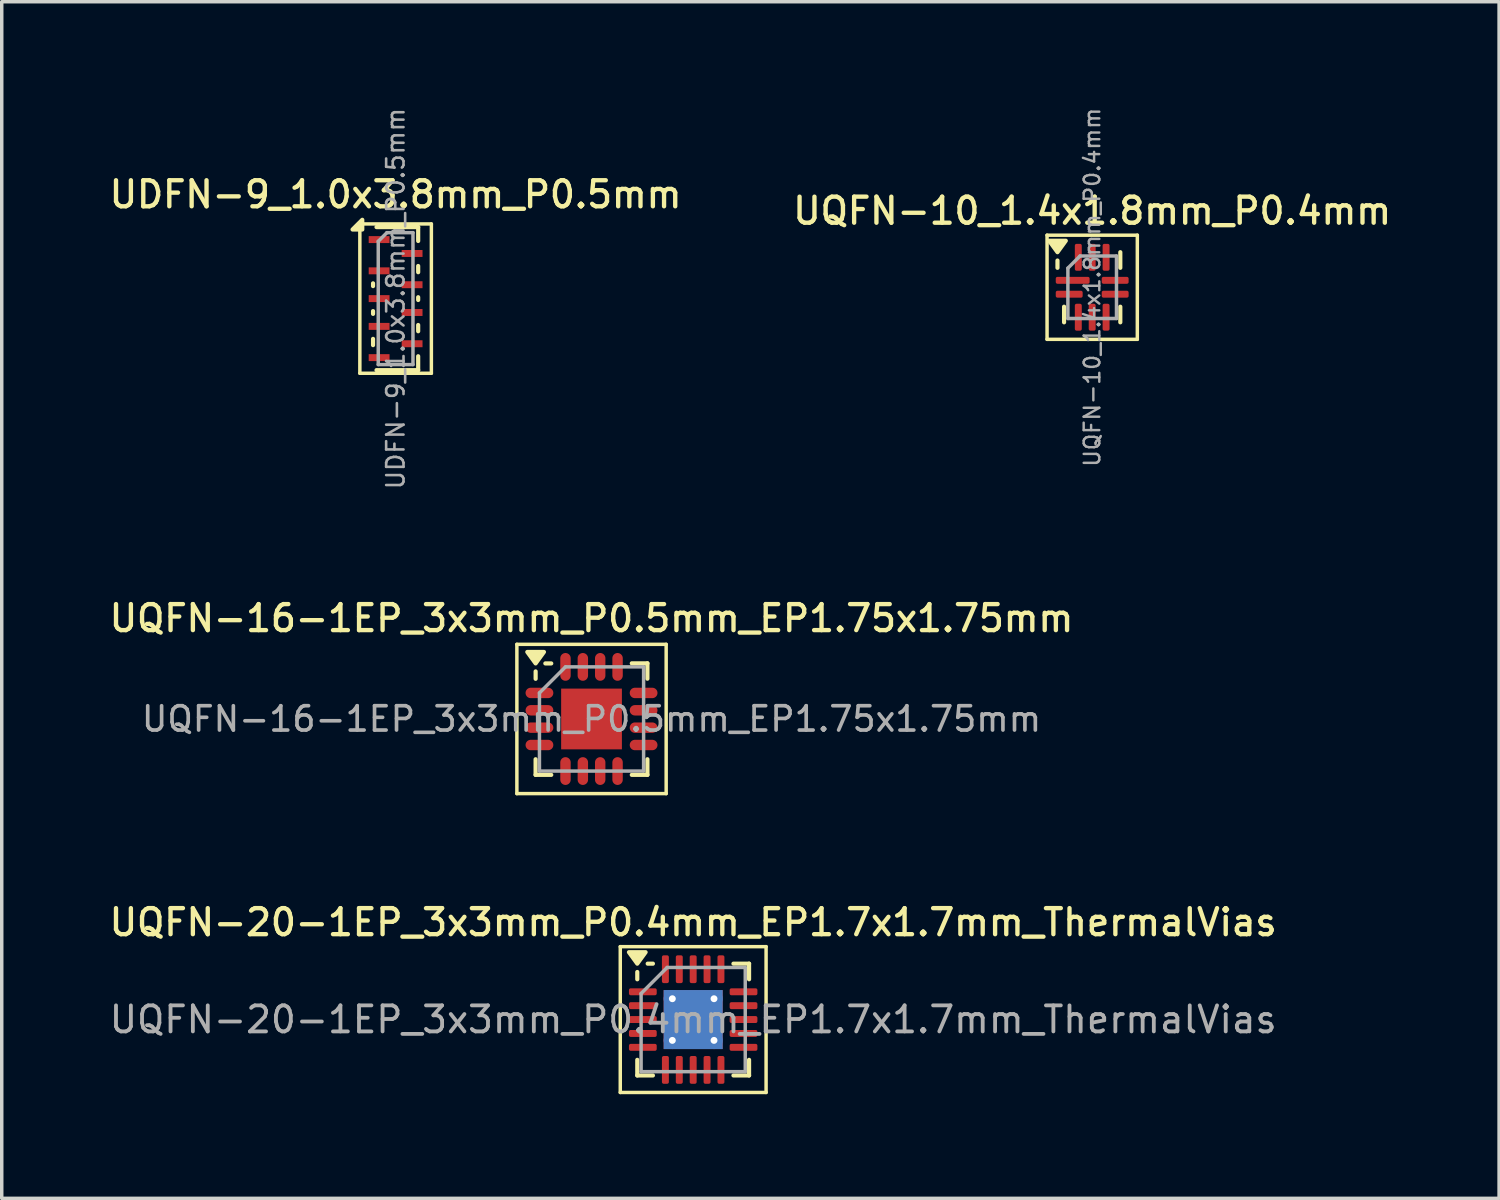
<source format=kicad_pcb>
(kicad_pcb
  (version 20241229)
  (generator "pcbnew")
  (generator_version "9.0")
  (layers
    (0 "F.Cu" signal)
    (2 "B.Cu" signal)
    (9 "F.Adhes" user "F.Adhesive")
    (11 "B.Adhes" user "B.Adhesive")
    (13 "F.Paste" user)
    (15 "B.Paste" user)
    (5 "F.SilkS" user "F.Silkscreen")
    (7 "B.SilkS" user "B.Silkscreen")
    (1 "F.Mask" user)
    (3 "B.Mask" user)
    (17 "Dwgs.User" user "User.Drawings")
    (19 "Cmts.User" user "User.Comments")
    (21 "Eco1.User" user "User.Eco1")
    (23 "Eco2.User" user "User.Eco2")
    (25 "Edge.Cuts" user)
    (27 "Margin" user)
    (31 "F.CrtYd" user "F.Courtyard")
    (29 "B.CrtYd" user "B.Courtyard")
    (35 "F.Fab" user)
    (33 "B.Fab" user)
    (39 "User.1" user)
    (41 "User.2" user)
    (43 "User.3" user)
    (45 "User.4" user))
  (footprint "UQFN-10_1.4x1.8mm_P0.4mm"
    (layer "F.Cu")
    (at 28.409 5.224)
    (property "Reference" "UQFN-10_1.4x1.8mm_P0.4mm" (at 0 -2.2 0) (layer "F.SilkS") (effects (font (size 0.75 0.75) (thickness 0.125))))
    (attr smd)
    (fp_line (start -1.3 -1.5) (end -1.3 1.5) (stroke (width 0.1) (type solid)) (layer "F.SilkS"))
    (fp_line (start -1.3 1.5) (end 1.3 1.5) (stroke (width 0.1) (type solid)) (layer "F.SilkS"))
    (fp_line (start -1 -0.56) (end -1 -0.77) (stroke (width 0.12) (type solid)) (layer "F.SilkS"))
    (fp_line (start -0.81 1.01) (end -0.81 0.56) (stroke (width 0.12) (type solid)) (layer "F.SilkS"))
    (fp_line (start 0.81 -1.01) (end 0.81 -0.56) (stroke (width 0.12) (type solid)) (layer "F.SilkS"))
    (fp_line (start 0.81 1.01) (end 0.81 0.56) (stroke (width 0.12) (type solid)) (layer "F.SilkS"))
    (fp_line (start 1.3 -1.5) (end -1.3 -1.5) (stroke (width 0.1) (type solid)) (layer "F.SilkS"))
    (fp_line (start 1.3 1.5) (end 1.3 -1.5) (stroke (width 0.1) (type solid)) (layer "F.SilkS"))
    (fp_poly (pts (xy -1 -1.01) (xy -1.24 -1.34) (xy -0.76 -1.34) (xy -1 -1.01)) (stroke (width 0.12) (type solid)) (fill yes) (layer "F.SilkS"))
    (fp_line (start -0.7 -0.55) (end -0.35 -0.9) (stroke (width 0.1) (type solid)) (layer "F.Fab"))
    (fp_line (start -0.7 0.9) (end -0.7 -0.55) (stroke (width 0.1) (type solid)) (layer "F.Fab"))
    (fp_line (start -0.35 -0.9) (end 0.7 -0.9) (stroke (width 0.1) (type solid)) (layer "F.Fab"))
    (fp_line (start 0.7 -0.9) (end 0.7 0.9) (stroke (width 0.1) (type solid)) (layer "F.Fab"))
    (fp_line (start 0.7 0.9) (end -0.7 0.9) (stroke (width 0.1) (type solid)) (layer "F.Fab"))
    (fp_text user "${REFERENCE}" (at 0 0 90) (layer "F.Fab") (effects (font (size 0.45 0.45) (thickness 0.07))))
    (pad "1" smd roundrect (at -0.562 -0.2) (size 0.975 0.2) (layers "F.Cu" "F.Mask" "F.Paste") (roundrect_rratio 0.25))
    (pad "2" smd roundrect (at -0.662 0.2) (size 0.775 0.2) (layers "F.Cu" "F.Mask" "F.Paste") (roundrect_rratio 0.25))
    (pad "3" smd roundrect (at -0.4 0.863) (size 0.2 0.775) (layers "F.Cu" "F.Mask" "F.Paste") (roundrect_rratio 0.25))
    (pad "4" smd roundrect (at 0 0.863) (size 0.2 0.775) (layers "F.Cu" "F.Mask" "F.Paste") (roundrect_rratio 0.25))
    (pad "5" smd roundrect (at 0.4 0.863) (size 0.2 0.775) (layers "F.Cu" "F.Mask" "F.Paste") (roundrect_rratio 0.25))
    (pad "6" smd roundrect (at 0.662 0.2) (size 0.775 0.2) (layers "F.Cu" "F.Mask" "F.Paste") (roundrect_rratio 0.25))
    (pad "7" smd roundrect (at 0.662 -0.2) (size 0.775 0.2) (layers "F.Cu" "F.Mask" "F.Paste") (roundrect_rratio 0.25))
    (pad "8" smd roundrect (at 0.4 -0.863) (size 0.2 0.775) (layers "F.Cu" "F.Mask" "F.Paste") (roundrect_rratio 0.25))
    (pad "9" smd roundrect (at 0 -0.863) (size 0.2 0.775) (layers "F.Cu" "F.Mask" "F.Paste") (roundrect_rratio 0.25))
    (pad "10" smd roundrect (at -0.4 -0.863) (size 0.2 0.775) (layers "F.Cu" "F.Mask" "F.Paste") (roundrect_rratio 0.25)))
  (footprint "UDFN-9_1.0x3.8mm_P0.5mm"
    (layer "F.Cu")
    (at 8.345 5.551)
    (property "Reference" "UDFN-9_1.0x3.8mm_P0.5mm" (at 0 -3 0) (layer "F.SilkS") (effects (font (size 0.75 0.75) (thickness 0.125))))
    (attr smd)
    (fp_line (start -1.03 -2.15) (end -1.03 2.15) (stroke (width 0.1) (type solid)) (layer "F.SilkS"))
    (fp_line (start -1.03 2.15) (end 1.03 2.15) (stroke (width 0.1) (type solid)) (layer "F.SilkS"))
    (fp_line (start -0.65 -0.44) (end -0.65 -0.36) (stroke (width 0.12) (type solid)) (layer "F.SilkS"))
    (fp_line (start -0.65 0.36) (end -0.65 0.44) (stroke (width 0.12) (type solid)) (layer "F.SilkS"))
    (fp_line (start -0.65 1.16) (end -0.65 1.34) (stroke (width 0.12) (type solid)) (layer "F.SilkS"))
    (fp_line (start 0.65 -2.06) (end -0.55 -2.06) (stroke (width 0.12) (type solid)) (layer "F.SilkS"))
    (fp_line (start 0.65 -1.66) (end 0.65 -2.06) (stroke (width 0.12) (type solid)) (layer "F.SilkS"))
    (fp_line (start 0.65 -0.94) (end 0.65 -0.76) (stroke (width 0.12) (type solid)) (layer "F.SilkS"))
    (fp_line (start 0.65 -0.04) (end 0.65 0.04) (stroke (width 0.12) (type solid)) (layer "F.SilkS"))
    (fp_line (start 0.65 0.76) (end 0.65 0.94) (stroke (width 0.12) (type solid)) (layer "F.SilkS"))
    (fp_line (start 0.65 1.66) (end 0.65 2.06) (stroke (width 0.12) (type solid)) (layer "F.SilkS"))
    (fp_line (start 0.65 2.06) (end -0.55 2.06) (stroke (width 0.12) (type solid)) (layer "F.SilkS"))
    (fp_line (start 1.03 -2.15) (end -1.03 -2.15) (stroke (width 0.1) (type solid)) (layer "F.SilkS"))
    (fp_line (start 1.03 2.15) (end 1.03 -2.15) (stroke (width 0.1) (type solid)) (layer "F.SilkS"))
    (fp_poly (pts (xy -0.96 -1.99) (xy -1.24 -1.99) (xy -0.96 -2.27) (xy -0.96 -1.99)) (stroke (width 0.12) (type solid)) (fill yes) (layer "F.SilkS"))
    (fp_line (start -0.5 -1.65) (end -0.5 1.9) (stroke (width 0.1) (type solid)) (layer "F.Fab"))
    (fp_line (start -0.5 1.9) (end 0.5 1.9) (stroke (width 0.1) (type solid)) (layer "F.Fab"))
    (fp_line (start -0.25 -1.9) (end -0.5 -1.65) (stroke (width 0.1) (type solid)) (layer "F.Fab"))
    (fp_line (start 0.5 -1.9) (end -0.25 -1.9) (stroke (width 0.1) (type solid)) (layer "F.Fab"))
    (fp_line (start 0.5 1.9) (end 0.5 -1.9) (stroke (width 0.1) (type solid)) (layer "F.Fab"))
    (fp_text user "${REFERENCE}" (at 0 0 90) (layer "F.Fab") (effects (font (size 0.5 0.5) (thickness 0.075))))
    (pad "1" smd rect (at -0.475 -1.7) (size 0.6 0.2) (layers "F.Cu" "F.Mask" "F.Paste"))
    (pad "2" smd rect (at -0.475 -0.8) (size 0.6 0.2) (layers "F.Cu" "F.Mask" "F.Paste"))
    (pad "3" smd rect (at -0.475 0) (size 0.6 0.2) (layers "F.Cu" "F.Mask" "F.Paste"))
    (pad "4" smd rect (at -0.475 0.8) (size 0.6 0.2) (layers "F.Cu" "F.Mask" "F.Paste"))
    (pad "5" smd rect (at -0.475 1.7) (size 0.6 0.2) (layers "F.Cu" "F.Mask" "F.Paste"))
    (pad "6" smd rect (at 0.475 1.3) (size 0.6 0.2) (layers "F.Cu" "F.Mask" "F.Paste"))
    (pad "7" smd rect (at 0.475 0.4) (size 0.6 0.2) (layers "F.Cu" "F.Mask" "F.Paste"))
    (pad "8" smd rect (at 0.475 -0.4) (size 0.6 0.2) (layers "F.Cu" "F.Mask" "F.Paste"))
    (pad "9" smd rect (at 0.475 -1.3) (size 0.6 0.2) (layers "F.Cu" "F.Mask" "F.Paste")))
  (footprint "UQFN-20-1EP_3x3mm_P0.4mm_EP1.7x1.7mm_ThermalVias"
    (layer "F.Cu")
    (at 16.916 26.317)
    (property "Reference" "UQFN-20-1EP_3x3mm_P0.4mm_EP1.7x1.7mm_ThermalVias" (at 0 -2.8 0) (layer "F.SilkS") (effects (font (size 0.75 0.75) (thickness 0.125))))
    (attr smd)
    (fp_line (start -2.1 -2.1) (end -2.1 2.1) (stroke (width 0.1) (type solid)) (layer "F.SilkS"))
    (fp_line (start -2.1 2.1) (end 2.1 2.1) (stroke (width 0.1) (type solid)) (layer "F.SilkS"))
    (fp_line (start -1.61 -1.16) (end -1.61 -1.37) (stroke (width 0.12) (type solid)) (layer "F.SilkS"))
    (fp_line (start -1.61 1.61) (end -1.61 1.16) (stroke (width 0.12) (type solid)) (layer "F.SilkS"))
    (fp_line (start -1.16 -1.61) (end -1.31 -1.61) (stroke (width 0.12) (type solid)) (layer "F.SilkS"))
    (fp_line (start -1.16 1.61) (end -1.61 1.61) (stroke (width 0.12) (type solid)) (layer "F.SilkS"))
    (fp_line (start 1.16 -1.61) (end 1.61 -1.61) (stroke (width 0.12) (type solid)) (layer "F.SilkS"))
    (fp_line (start 1.16 1.61) (end 1.61 1.61) (stroke (width 0.12) (type solid)) (layer "F.SilkS"))
    (fp_line (start 1.61 -1.61) (end 1.61 -1.16) (stroke (width 0.12) (type solid)) (layer "F.SilkS"))
    (fp_line (start 1.61 1.61) (end 1.61 1.16) (stroke (width 0.12) (type solid)) (layer "F.SilkS"))
    (fp_line (start 2.1 -2.1) (end -2.1 -2.1) (stroke (width 0.1) (type solid)) (layer "F.SilkS"))
    (fp_line (start 2.1 2.1) (end 2.1 -2.1) (stroke (width 0.1) (type solid)) (layer "F.SilkS"))
    (fp_poly (pts (xy -1.61 -1.61) (xy -1.85 -1.94) (xy -1.37 -1.94) (xy -1.61 -1.61)) (stroke (width 0.12) (type solid)) (fill yes) (layer "F.SilkS"))
    (fp_line (start -1.5 -0.75) (end -0.75 -1.5) (stroke (width 0.1) (type solid)) (layer "F.Fab"))
    (fp_line (start -1.5 1.5) (end -1.5 -0.75) (stroke (width 0.1) (type solid)) (layer "F.Fab"))
    (fp_line (start -0.75 -1.5) (end 1.5 -1.5) (stroke (width 0.1) (type solid)) (layer "F.Fab"))
    (fp_line (start 1.5 -1.5) (end 1.5 1.5) (stroke (width 0.1) (type solid)) (layer "F.Fab"))
    (fp_line (start 1.5 1.5) (end -1.5 1.5) (stroke (width 0.1) (type solid)) (layer "F.Fab"))
    (fp_text user "${REFERENCE}" (at 0 0 0) (layer "F.Fab") (effects (font (size 0.75 0.75) (thickness 0.11))))
    (pad "" smd roundrect (at -0.425 -0.425) (size 0.74 0.74) (layers "F.Paste") (roundrect_rratio 0.25))
    (pad "" smd roundrect (at -0.425 0.425) (size 0.74 0.74) (layers "F.Paste") (roundrect_rratio 0.25))
    (pad "" smd roundrect (at 0.425 -0.425) (size 0.74 0.74) (layers "F.Paste") (roundrect_rratio 0.25))
    (pad "" smd roundrect (at 0.425 0.425) (size 0.74 0.74) (layers "F.Paste") (roundrect_rratio 0.25))
    (pad "1" smd roundrect (at -1.45 -0.8) (size 0.8 0.2) (layers "F.Cu" "F.Mask" "F.Paste") (roundrect_rratio 0.25))
    (pad "2" smd roundrect (at -1.45 -0.4) (size 0.8 0.2) (layers "F.Cu" "F.Mask" "F.Paste") (roundrect_rratio 0.25))
    (pad "3" smd roundrect (at -1.45 0) (size 0.8 0.2) (layers "F.Cu" "F.Mask" "F.Paste") (roundrect_rratio 0.25))
    (pad "4" smd roundrect (at -1.45 0.4) (size 0.8 0.2) (layers "F.Cu" "F.Mask" "F.Paste") (roundrect_rratio 0.25))
    (pad "5" smd roundrect (at -1.45 0.8) (size 0.8 0.2) (layers "F.Cu" "F.Mask" "F.Paste") (roundrect_rratio 0.25))
    (pad "6" smd roundrect (at -0.8 1.45) (size 0.2 0.8) (layers "F.Cu" "F.Mask" "F.Paste") (roundrect_rratio 0.25))
    (pad "7" smd roundrect (at -0.4 1.45) (size 0.2 0.8) (layers "F.Cu" "F.Mask" "F.Paste") (roundrect_rratio 0.25))
    (pad "8" smd roundrect (at 0 1.45) (size 0.2 0.8) (layers "F.Cu" "F.Mask" "F.Paste") (roundrect_rratio 0.25))
    (pad "9" smd roundrect (at 0.4 1.45) (size 0.2 0.8) (layers "F.Cu" "F.Mask" "F.Paste") (roundrect_rratio 0.25))
    (pad "10" smd roundrect (at 0.8 1.45) (size 0.2 0.8) (layers "F.Cu" "F.Mask" "F.Paste") (roundrect_rratio 0.25))
    (pad "11" smd roundrect (at 1.45 0.8) (size 0.8 0.2) (layers "F.Cu" "F.Mask" "F.Paste") (roundrect_rratio 0.25))
    (pad "12" smd roundrect (at 1.45 0.4) (size 0.8 0.2) (layers "F.Cu" "F.Mask" "F.Paste") (roundrect_rratio 0.25))
    (pad "13" smd roundrect (at 1.45 0) (size 0.8 0.2) (layers "F.Cu" "F.Mask" "F.Paste") (roundrect_rratio 0.25))
    (pad "14" smd roundrect (at 1.45 -0.4) (size 0.8 0.2) (layers "F.Cu" "F.Mask" "F.Paste") (roundrect_rratio 0.25))
    (pad "15" smd roundrect (at 1.45 -0.8) (size 0.8 0.2) (layers "F.Cu" "F.Mask" "F.Paste") (roundrect_rratio 0.25))
    (pad "16" smd roundrect (at 0.8 -1.45) (size 0.2 0.8) (layers "F.Cu" "F.Mask" "F.Paste") (roundrect_rratio 0.25))
    (pad "17" smd roundrect (at 0.4 -1.45) (size 0.2 0.8) (layers "F.Cu" "F.Mask" "F.Paste") (roundrect_rratio 0.25))
    (pad "18" smd roundrect (at 0 -1.45) (size 0.2 0.8) (layers "F.Cu" "F.Mask" "F.Paste") (roundrect_rratio 0.25))
    (pad "19" smd roundrect (at -0.4 -1.45) (size 0.2 0.8) (layers "F.Cu" "F.Mask" "F.Paste") (roundrect_rratio 0.25))
    (pad "20" smd roundrect (at -0.8 -1.45) (size 0.2 0.8) (layers "F.Cu" "F.Mask" "F.Paste") (roundrect_rratio 0.25))
    (pad "21" thru_hole circle (at -0.6 -0.6) (size 0.5 0.5) (drill 0.2) (property pad_prop_heatsink) (layers "*.Cu"))
    (pad "21" thru_hole circle (at -0.6 0.6) (size 0.5 0.5) (drill 0.2) (property pad_prop_heatsink) (layers "*.Cu"))
    (pad "21" smd rect (at 0 0) (size 1.7 1.7) (property pad_prop_heatsink) (layers "F.Cu" "F.Mask"))
    (pad "21" smd rect (at 0 0) (size 1.7 1.7) (property pad_prop_heatsink) (layers "B.Cu"))
    (pad "21" thru_hole circle (at 0.6 -0.6) (size 0.5 0.5) (drill 0.2) (property pad_prop_heatsink) (layers "*.Cu"))
    (pad "21" thru_hole circle (at 0.6 0.6) (size 0.5 0.5) (drill 0.2) (property pad_prop_heatsink) (layers "*.Cu")))
  (footprint "UQFN-16-1EP_3x3mm_P0.5mm_EP1.75x1.75mm"
    (layer "F.Cu")
    (at 13.988 17.659)
    (property "Reference" "UQFN-16-1EP_3x3mm_P0.5mm_EP1.75x1.75mm" (at 0 -2.9 0) (layer "F.SilkS") (effects (font (size 0.75 0.75) (thickness 0.125))))
    (attr smd)
    (fp_line (start -2.15 -2.15) (end -2.15 2.15) (stroke (width 0.1) (type solid)) (layer "F.SilkS"))
    (fp_line (start -2.15 -2.15) (end 2.15 -2.15) (stroke (width 0.1) (type solid)) (layer "F.SilkS"))
    (fp_line (start -2.15 2.15) (end 2.15 2.15) (stroke (width 0.1) (type solid)) (layer "F.SilkS"))
    (fp_line (start -1.611 1.61) (end -1.611 1.16) (stroke (width 0.12) (type solid)) (layer "F.SilkS"))
    (fp_line (start -1.611 1.61) (end -1.16 1.61) (stroke (width 0.12) (type solid)) (layer "F.SilkS"))
    (fp_line (start -1.61 -1.37) (end -1.61 -1.157) (stroke (width 0.12) (type solid)) (layer "F.SilkS"))
    (fp_line (start -1.33 -1.6) (end -1.16 -1.6) (stroke (width 0.12) (type solid)) (layer "F.SilkS"))
    (fp_line (start 1.61 -1.603) (end 1.16 -1.603) (stroke (width 0.12) (type solid)) (layer "F.SilkS"))
    (fp_line (start 1.61 -1.603) (end 1.61 -1.16) (stroke (width 0.12) (type solid)) (layer "F.SilkS"))
    (fp_line (start 1.61 1.61) (end 1.16 1.61) (stroke (width 0.12) (type solid)) (layer "F.SilkS"))
    (fp_line (start 1.61 1.61) (end 1.61 1.16) (stroke (width 0.12) (type solid)) (layer "F.SilkS"))
    (fp_line (start 2.15 -2.15) (end 2.15 2.15) (stroke (width 0.1) (type solid)) (layer "F.SilkS"))
    (fp_poly (pts (xy -1.61 -1.6) (xy -1.85 -1.93) (xy -1.37 -1.93) (xy -1.61 -1.6)) (stroke (width 0.12) (type solid)) (fill yes) (layer "F.SilkS"))
    (fp_line (start -1.5 -0.75) (end -0.75 -1.5) (stroke (width 0.1) (type solid)) (layer "F.Fab"))
    (fp_line (start -1.5 1.5) (end -1.5 -0.75) (stroke (width 0.1) (type solid)) (layer "F.Fab"))
    (fp_line (start -0.75 -1.5) (end 1.5 -1.5) (stroke (width 0.1) (type solid)) (layer "F.Fab"))
    (fp_line (start 1.5 -1.5) (end 1.5 1.5) (stroke (width 0.1) (type solid)) (layer "F.Fab"))
    (fp_line (start 1.5 1.5) (end -1.5 1.5) (stroke (width 0.1) (type solid)) (layer "F.Fab"))
    (fp_text user "${REFERENCE}" (at 0 0 0) (layer "F.Fab") (effects (font (size 0.7 0.7) (thickness 0.105))))
    (pad "" smd rect (at -0.438 -0.438) (size 0.7 0.7) (layers "F.Paste"))
    (pad "" smd rect (at -0.438 0.438) (size 0.7 0.7) (layers "F.Paste"))
    (pad "" smd rect (at 0.438 -0.438) (size 0.7 0.7) (layers "F.Paste"))
    (pad "" smd rect (at 0.438 0.438) (size 0.7 0.7) (layers "F.Paste"))
    (pad "1" smd oval (at -1.5 -0.75) (size 0.8 0.3) (layers "F.Cu" "F.Mask" "F.Paste"))
    (pad "2" smd oval (at -1.5 -0.25) (size 0.8 0.3) (layers "F.Cu" "F.Mask" "F.Paste"))
    (pad "3" smd oval (at -1.5 0.25) (size 0.8 0.3) (layers "F.Cu" "F.Mask" "F.Paste"))
    (pad "4" smd oval (at -1.5 0.75) (size 0.8 0.3) (layers "F.Cu" "F.Mask" "F.Paste"))
    (pad "5" smd oval (at -0.75 1.5 90) (size 0.8 0.3) (layers "F.Cu" "F.Mask" "F.Paste"))
    (pad "6" smd oval (at -0.25 1.5 90) (size 0.8 0.3) (layers "F.Cu" "F.Mask" "F.Paste"))
    (pad "7" smd oval (at 0.25 1.5 90) (size 0.8 0.3) (layers "F.Cu" "F.Mask" "F.Paste"))
    (pad "8" smd oval (at 0.75 1.5 90) (size 0.8 0.3) (layers "F.Cu" "F.Mask" "F.Paste"))
    (pad "9" smd oval (at 1.5 0.75) (size 0.8 0.3) (layers "F.Cu" "F.Mask" "F.Paste"))
    (pad "10" smd oval (at 1.5 0.25) (size 0.8 0.3) (layers "F.Cu" "F.Mask" "F.Paste"))
    (pad "11" smd oval (at 1.5 -0.25) (size 0.8 0.3) (layers "F.Cu" "F.Mask" "F.Paste"))
    (pad "12" smd oval (at 1.5 -0.75) (size 0.8 0.3) (layers "F.Cu" "F.Mask" "F.Paste"))
    (pad "13" smd oval (at 0.75 -1.5 90) (size 0.8 0.3) (layers "F.Cu" "F.Mask" "F.Paste"))
    (pad "14" smd oval (at 0.25 -1.5 90) (size 0.8 0.3) (layers "F.Cu" "F.Mask" "F.Paste"))
    (pad "15" smd oval (at -0.25 -1.5 90) (size 0.8 0.3) (layers "F.Cu" "F.Mask" "F.Paste"))
    (pad "16" smd oval (at -0.75 -1.5 90) (size 0.8 0.3) (layers "F.Cu" "F.Mask" "F.Paste"))
    (pad "17" smd rect (at 0 0) (size 1.75 1.75) (layers "F.Cu" "F.Mask")))
  (gr_rect
    (start -3 -3)
    (end 40.129 31.467)
    (stroke (width 0.1) (type default))
    (fill no)
    (layer "Edge.Cuts")))
</source>
